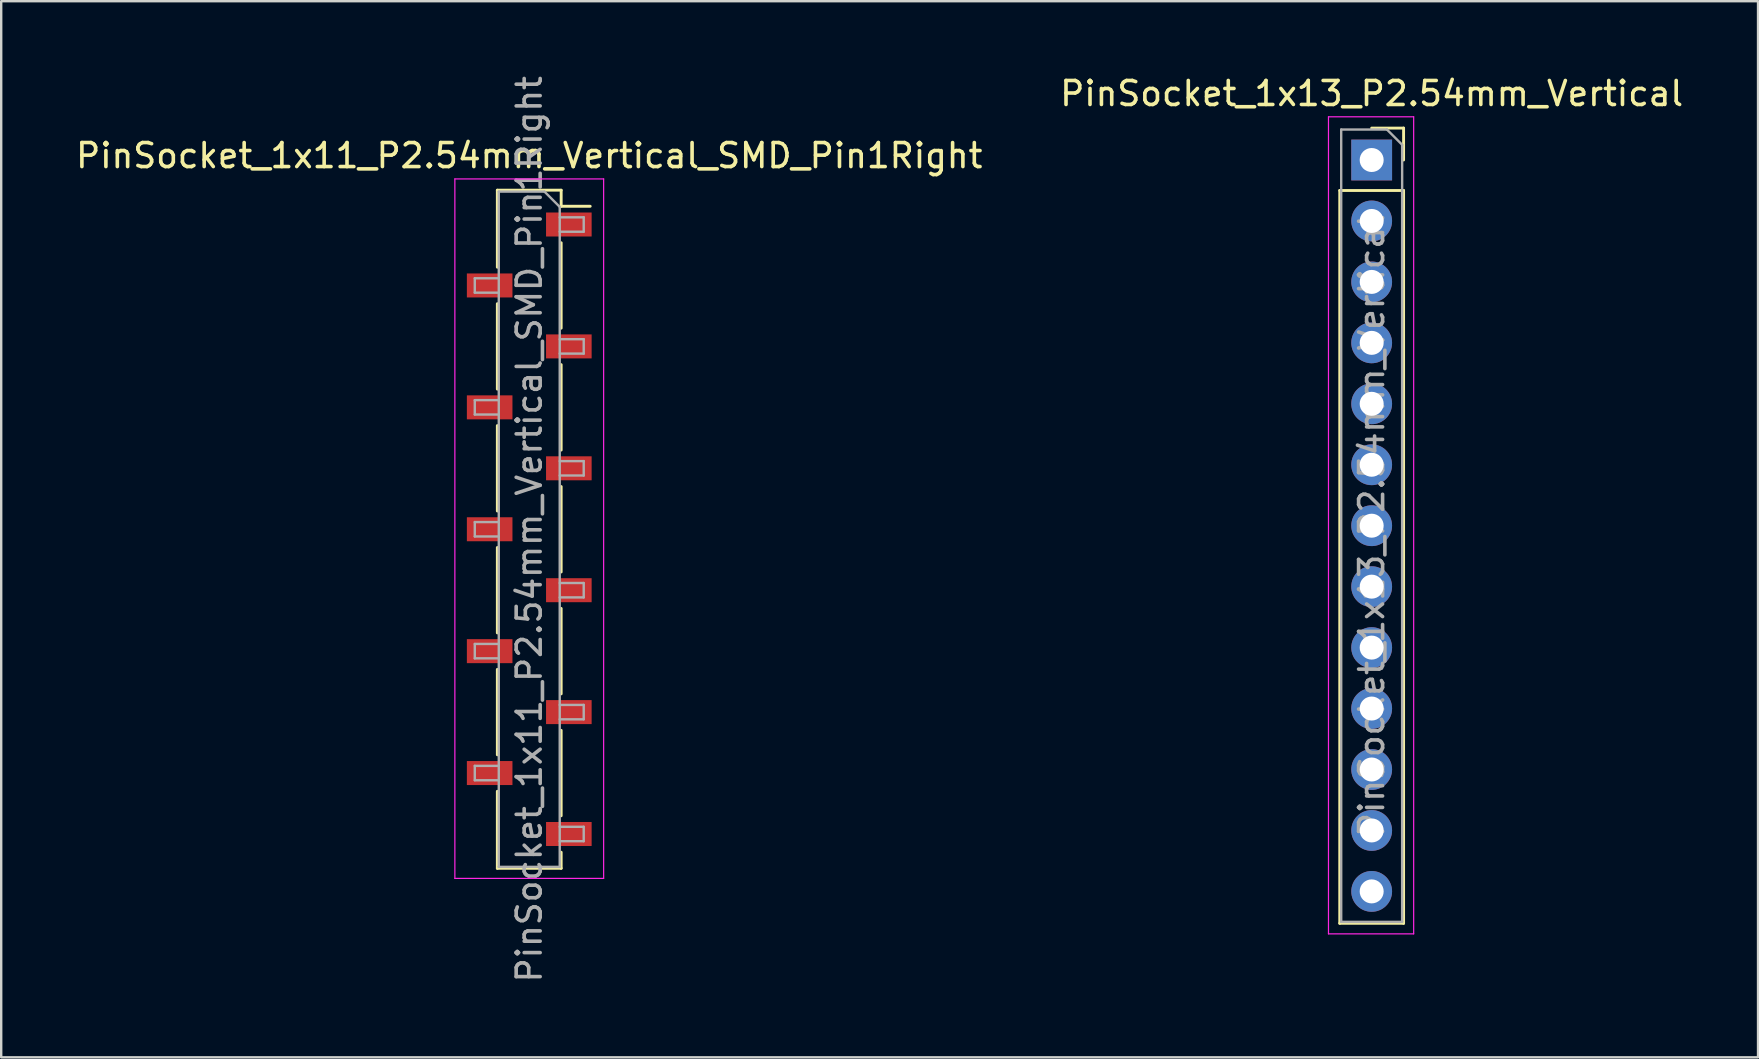
<source format=kicad_pcb>
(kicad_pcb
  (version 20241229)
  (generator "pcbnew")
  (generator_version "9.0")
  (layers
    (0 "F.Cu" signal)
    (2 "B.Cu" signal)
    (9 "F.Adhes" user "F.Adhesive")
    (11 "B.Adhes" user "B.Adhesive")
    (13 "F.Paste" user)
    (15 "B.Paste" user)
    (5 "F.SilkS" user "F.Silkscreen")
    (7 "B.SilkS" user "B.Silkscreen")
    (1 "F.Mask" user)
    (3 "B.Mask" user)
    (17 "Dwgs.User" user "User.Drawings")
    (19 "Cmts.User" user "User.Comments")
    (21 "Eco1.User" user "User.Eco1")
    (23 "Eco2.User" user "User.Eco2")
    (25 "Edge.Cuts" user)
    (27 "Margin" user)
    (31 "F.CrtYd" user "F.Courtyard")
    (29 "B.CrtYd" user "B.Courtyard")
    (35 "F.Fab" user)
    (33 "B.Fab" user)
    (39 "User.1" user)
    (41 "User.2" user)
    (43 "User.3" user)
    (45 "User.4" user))
  (footprint "PinSocket_1x13_P2.54mm_Vertical"
    (layer "F.Cu")
    (at 54.113 3.618)
    (property "Reference" "PinSocket_1x13_P2.54mm_Vertical" (at 0 -2.77 0) (layer "F.SilkS") (effects (font (size 1 1) (thickness 0.15))))
    (attr through_hole)
    (fp_line (start -1.33 1.27) (end -1.33 31.81) (stroke (width 0.12) (type solid)) (layer "F.SilkS"))
    (fp_line (start -1.33 1.27) (end 1.33 1.27) (stroke (width 0.12) (type solid)) (layer "F.SilkS"))
    (fp_line (start -1.33 31.81) (end 1.33 31.81) (stroke (width 0.12) (type solid)) (layer "F.SilkS"))
    (fp_line (start 0 -1.33) (end 1.33 -1.33) (stroke (width 0.12) (type solid)) (layer "F.SilkS"))
    (fp_line (start 1.33 -1.33) (end 1.33 0) (stroke (width 0.12) (type solid)) (layer "F.SilkS"))
    (fp_line (start 1.33 1.27) (end 1.33 31.81) (stroke (width 0.12) (type solid)) (layer "F.SilkS"))
    (fp_line (start -1.8 -1.8) (end 1.75 -1.8) (stroke (width 0.05) (type solid)) (layer "F.CrtYd"))
    (fp_line (start -1.8 32.25) (end -1.8 -1.8) (stroke (width 0.05) (type solid)) (layer "F.CrtYd"))
    (fp_line (start 1.75 -1.8) (end 1.75 32.25) (stroke (width 0.05) (type solid)) (layer "F.CrtYd"))
    (fp_line (start 1.75 32.25) (end -1.8 32.25) (stroke (width 0.05) (type solid)) (layer "F.CrtYd"))
    (fp_line (start -1.27 -1.27) (end 0.635 -1.27) (stroke (width 0.1) (type solid)) (layer "F.Fab"))
    (fp_line (start -1.27 31.75) (end -1.27 -1.27) (stroke (width 0.1) (type solid)) (layer "F.Fab"))
    (fp_line (start 0.635 -1.27) (end 1.27 -0.635) (stroke (width 0.1) (type solid)) (layer "F.Fab"))
    (fp_line (start 1.27 -0.635) (end 1.27 31.75) (stroke (width 0.1) (type solid)) (layer "F.Fab"))
    (fp_line (start 1.27 31.75) (end -1.27 31.75) (stroke (width 0.1) (type solid)) (layer "F.Fab"))
    (fp_text user "${REFERENCE}" (at 0 15.24 90) (layer "F.Fab") (effects (font (size 1 1) (thickness 0.15))))
    (pad "1" thru_hole rect (at 0 0) (size 1.7 1.7) (drill 1) (layers "*.Cu" "*.Mask"))
    (pad "2" thru_hole oval (at 0 2.54) (size 1.7 1.7) (drill 1) (layers "*.Cu" "*.Mask"))
    (pad "3" thru_hole oval (at 0 5.08) (size 1.7 1.7) (drill 1) (layers "*.Cu" "*.Mask"))
    (pad "4" thru_hole oval (at 0 7.62) (size 1.7 1.7) (drill 1) (layers "*.Cu" "*.Mask"))
    (pad "5" thru_hole oval (at 0 10.16) (size 1.7 1.7) (drill 1) (layers "*.Cu" "*.Mask"))
    (pad "6" thru_hole oval (at 0 12.7) (size 1.7 1.7) (drill 1) (layers "*.Cu" "*.Mask"))
    (pad "7" thru_hole oval (at 0 15.24) (size 1.7 1.7) (drill 1) (layers "*.Cu" "*.Mask"))
    (pad "8" thru_hole oval (at 0 17.78) (size 1.7 1.7) (drill 1) (layers "*.Cu" "*.Mask"))
    (pad "9" thru_hole oval (at 0 20.32) (size 1.7 1.7) (drill 1) (layers "*.Cu" "*.Mask"))
    (pad "10" thru_hole oval (at 0 22.86) (size 1.7 1.7) (drill 1) (layers "*.Cu" "*.Mask"))
    (pad "11" thru_hole oval (at 0 25.4) (size 1.7 1.7) (drill 1) (layers "*.Cu" "*.Mask"))
    (pad "12" thru_hole oval (at 0 27.94) (size 1.7 1.7) (drill 1) (layers "*.Cu" "*.Mask"))
    (pad "13" thru_hole oval (at 0 30.48) (size 1.7 1.7) (drill 1) (layers "*.Cu" "*.Mask")))
  (footprint "PinSocket_1x11_P2.54mm_Vertical_SMD_Pin1Right"
    (layer "F.Cu")
    (at 19.006 19.006)
    (property "Reference" "PinSocket_1x11_P2.54mm_Vertical_SMD_Pin1Right" (at 0 -15.57 0) (layer "F.SilkS") (effects (font (size 1 1) (thickness 0.15))))
    (attr smd)
    (fp_line (start -1.33 -14.13) (end -1.33 -10.92) (stroke (width 0.12) (type solid)) (layer "F.SilkS"))
    (fp_line (start -1.33 -14.13) (end 1.33 -14.13) (stroke (width 0.12) (type solid)) (layer "F.SilkS"))
    (fp_line (start -1.33 -9.4) (end -1.33 -5.84) (stroke (width 0.12) (type solid)) (layer "F.SilkS"))
    (fp_line (start -1.33 -4.32) (end -1.33 -0.76) (stroke (width 0.12) (type solid)) (layer "F.SilkS"))
    (fp_line (start -1.33 0.76) (end -1.33 4.32) (stroke (width 0.12) (type solid)) (layer "F.SilkS"))
    (fp_line (start -1.33 5.84) (end -1.33 9.4) (stroke (width 0.12) (type solid)) (layer "F.SilkS"))
    (fp_line (start -1.33 10.92) (end -1.33 14.13) (stroke (width 0.12) (type solid)) (layer "F.SilkS"))
    (fp_line (start -1.33 14.13) (end 1.33 14.13) (stroke (width 0.12) (type solid)) (layer "F.SilkS"))
    (fp_line (start 1.33 -14.13) (end 1.33 -13.46) (stroke (width 0.12) (type solid)) (layer "F.SilkS"))
    (fp_line (start 1.33 -13.46) (end 2.54 -13.46) (stroke (width 0.12) (type solid)) (layer "F.SilkS"))
    (fp_line (start 1.33 -11.94) (end 1.33 -8.38) (stroke (width 0.12) (type solid)) (layer "F.SilkS"))
    (fp_line (start 1.33 -6.86) (end 1.33 -3.3) (stroke (width 0.12) (type solid)) (layer "F.SilkS"))
    (fp_line (start 1.33 -1.78) (end 1.33 1.78) (stroke (width 0.12) (type solid)) (layer "F.SilkS"))
    (fp_line (start 1.33 3.3) (end 1.33 6.86) (stroke (width 0.12) (type solid)) (layer "F.SilkS"))
    (fp_line (start 1.33 8.38) (end 1.33 11.94) (stroke (width 0.12) (type solid)) (layer "F.SilkS"))
    (fp_line (start 1.33 13.46) (end 1.33 14.13) (stroke (width 0.12) (type solid)) (layer "F.SilkS"))
    (fp_line (start -3.1 -14.6) (end 3.1 -14.6) (stroke (width 0.05) (type solid)) (layer "F.CrtYd"))
    (fp_line (start -3.1 14.55) (end -3.1 -14.6) (stroke (width 0.05) (type solid)) (layer "F.CrtYd"))
    (fp_line (start 3.1 -14.6) (end 3.1 14.55) (stroke (width 0.05) (type solid)) (layer "F.CrtYd"))
    (fp_line (start 3.1 14.55) (end -3.1 14.55) (stroke (width 0.05) (type solid)) (layer "F.CrtYd"))
    (fp_line (start -2.27 -10.46) (end -1.27 -10.46) (stroke (width 0.1) (type solid)) (layer "F.Fab"))
    (fp_line (start -2.27 -9.86) (end -2.27 -10.46) (stroke (width 0.1) (type solid)) (layer "F.Fab"))
    (fp_line (start -2.27 -5.38) (end -1.27 -5.38) (stroke (width 0.1) (type solid)) (layer "F.Fab"))
    (fp_line (start -2.27 -4.78) (end -2.27 -5.38) (stroke (width 0.1) (type solid)) (layer "F.Fab"))
    (fp_line (start -2.27 -0.3) (end -1.27 -0.3) (stroke (width 0.1) (type solid)) (layer "F.Fab"))
    (fp_line (start -2.27 0.3) (end -2.27 -0.3) (stroke (width 0.1) (type solid)) (layer "F.Fab"))
    (fp_line (start -2.27 4.78) (end -1.27 4.78) (stroke (width 0.1) (type solid)) (layer "F.Fab"))
    (fp_line (start -2.27 5.38) (end -2.27 4.78) (stroke (width 0.1) (type solid)) (layer "F.Fab"))
    (fp_line (start -2.27 9.86) (end -1.27 9.86) (stroke (width 0.1) (type solid)) (layer "F.Fab"))
    (fp_line (start -2.27 10.46) (end -2.27 9.86) (stroke (width 0.1) (type solid)) (layer "F.Fab"))
    (fp_line (start -1.27 -14.07) (end 0.635 -14.07) (stroke (width 0.1) (type solid)) (layer "F.Fab"))
    (fp_line (start -1.27 -9.86) (end -2.27 -9.86) (stroke (width 0.1) (type solid)) (layer "F.Fab"))
    (fp_line (start -1.27 -4.78) (end -2.27 -4.78) (stroke (width 0.1) (type solid)) (layer "F.Fab"))
    (fp_line (start -1.27 0.3) (end -2.27 0.3) (stroke (width 0.1) (type solid)) (layer "F.Fab"))
    (fp_line (start -1.27 5.38) (end -2.27 5.38) (stroke (width 0.1) (type solid)) (layer "F.Fab"))
    (fp_line (start -1.27 10.46) (end -2.27 10.46) (stroke (width 0.1) (type solid)) (layer "F.Fab"))
    (fp_line (start -1.27 14.07) (end -1.27 -14.07) (stroke (width 0.1) (type solid)) (layer "F.Fab"))
    (fp_line (start 0.635 -14.07) (end 1.27 -13.435) (stroke (width 0.1) (type solid)) (layer "F.Fab"))
    (fp_line (start 1.27 -13.435) (end 1.27 14.07) (stroke (width 0.1) (type solid)) (layer "F.Fab"))
    (fp_line (start 1.27 -13) (end 2.27 -13) (stroke (width 0.1) (type solid)) (layer "F.Fab"))
    (fp_line (start 1.27 -7.92) (end 2.27 -7.92) (stroke (width 0.1) (type solid)) (layer "F.Fab"))
    (fp_line (start 1.27 -2.84) (end 2.27 -2.84) (stroke (width 0.1) (type solid)) (layer "F.Fab"))
    (fp_line (start 1.27 2.24) (end 2.27 2.24) (stroke (width 0.1) (type solid)) (layer "F.Fab"))
    (fp_line (start 1.27 7.32) (end 2.27 7.32) (stroke (width 0.1) (type solid)) (layer "F.Fab"))
    (fp_line (start 1.27 12.4) (end 2.27 12.4) (stroke (width 0.1) (type solid)) (layer "F.Fab"))
    (fp_line (start 1.27 14.07) (end -1.27 14.07) (stroke (width 0.1) (type solid)) (layer "F.Fab"))
    (fp_line (start 2.27 -13) (end 2.27 -12.4) (stroke (width 0.1) (type solid)) (layer "F.Fab"))
    (fp_line (start 2.27 -12.4) (end 1.27 -12.4) (stroke (width 0.1) (type solid)) (layer "F.Fab"))
    (fp_line (start 2.27 -7.92) (end 2.27 -7.32) (stroke (width 0.1) (type solid)) (layer "F.Fab"))
    (fp_line (start 2.27 -7.32) (end 1.27 -7.32) (stroke (width 0.1) (type solid)) (layer "F.Fab"))
    (fp_line (start 2.27 -2.84) (end 2.27 -2.24) (stroke (width 0.1) (type solid)) (layer "F.Fab"))
    (fp_line (start 2.27 -2.24) (end 1.27 -2.24) (stroke (width 0.1) (type solid)) (layer "F.Fab"))
    (fp_line (start 2.27 2.24) (end 2.27 2.84) (stroke (width 0.1) (type solid)) (layer "F.Fab"))
    (fp_line (start 2.27 2.84) (end 1.27 2.84) (stroke (width 0.1) (type solid)) (layer "F.Fab"))
    (fp_line (start 2.27 7.32) (end 2.27 7.92) (stroke (width 0.1) (type solid)) (layer "F.Fab"))
    (fp_line (start 2.27 7.92) (end 1.27 7.92) (stroke (width 0.1) (type solid)) (layer "F.Fab"))
    (fp_line (start 2.27 12.4) (end 2.27 13) (stroke (width 0.1) (type solid)) (layer "F.Fab"))
    (fp_line (start 2.27 13) (end 1.27 13) (stroke (width 0.1) (type solid)) (layer "F.Fab"))
    (fp_text user "${REFERENCE}" (at 0 0 90) (layer "F.Fab") (effects (font (size 1 1) (thickness 0.15))))
    (pad "1" smd rect (at 1.65 -12.7) (size 1.9 1) (layers "F.Cu" "F.Mask" "F.Paste"))
    (pad "2" smd rect (at -1.65 -10.16) (size 1.9 1) (layers "F.Cu" "F.Mask" "F.Paste"))
    (pad "3" smd rect (at 1.65 -7.62) (size 1.9 1) (layers "F.Cu" "F.Mask" "F.Paste"))
    (pad "4" smd rect (at -1.65 -5.08) (size 1.9 1) (layers "F.Cu" "F.Mask" "F.Paste"))
    (pad "5" smd rect (at 1.65 -2.54) (size 1.9 1) (layers "F.Cu" "F.Mask" "F.Paste"))
    (pad "6" smd rect (at -1.65 0) (size 1.9 1) (layers "F.Cu" "F.Mask" "F.Paste"))
    (pad "7" smd rect (at 1.65 2.54) (size 1.9 1) (layers "F.Cu" "F.Mask" "F.Paste"))
    (pad "8" smd rect (at -1.65 5.08) (size 1.9 1) (layers "F.Cu" "F.Mask" "F.Paste"))
    (pad "9" smd rect (at 1.65 7.62) (size 1.9 1) (layers "F.Cu" "F.Mask" "F.Paste"))
    (pad "10" smd rect (at -1.65 10.16) (size 1.9 1) (layers "F.Cu" "F.Mask" "F.Paste"))
    (pad "11" smd rect (at 1.65 12.7) (size 1.9 1) (layers "F.Cu" "F.Mask" "F.Paste")))
  (gr_rect
    (start -3 -3)
    (end 70.214 41.012)
    (stroke (width 0.1) (type default))
    (fill no)
    (layer "Edge.Cuts")))
</source>
